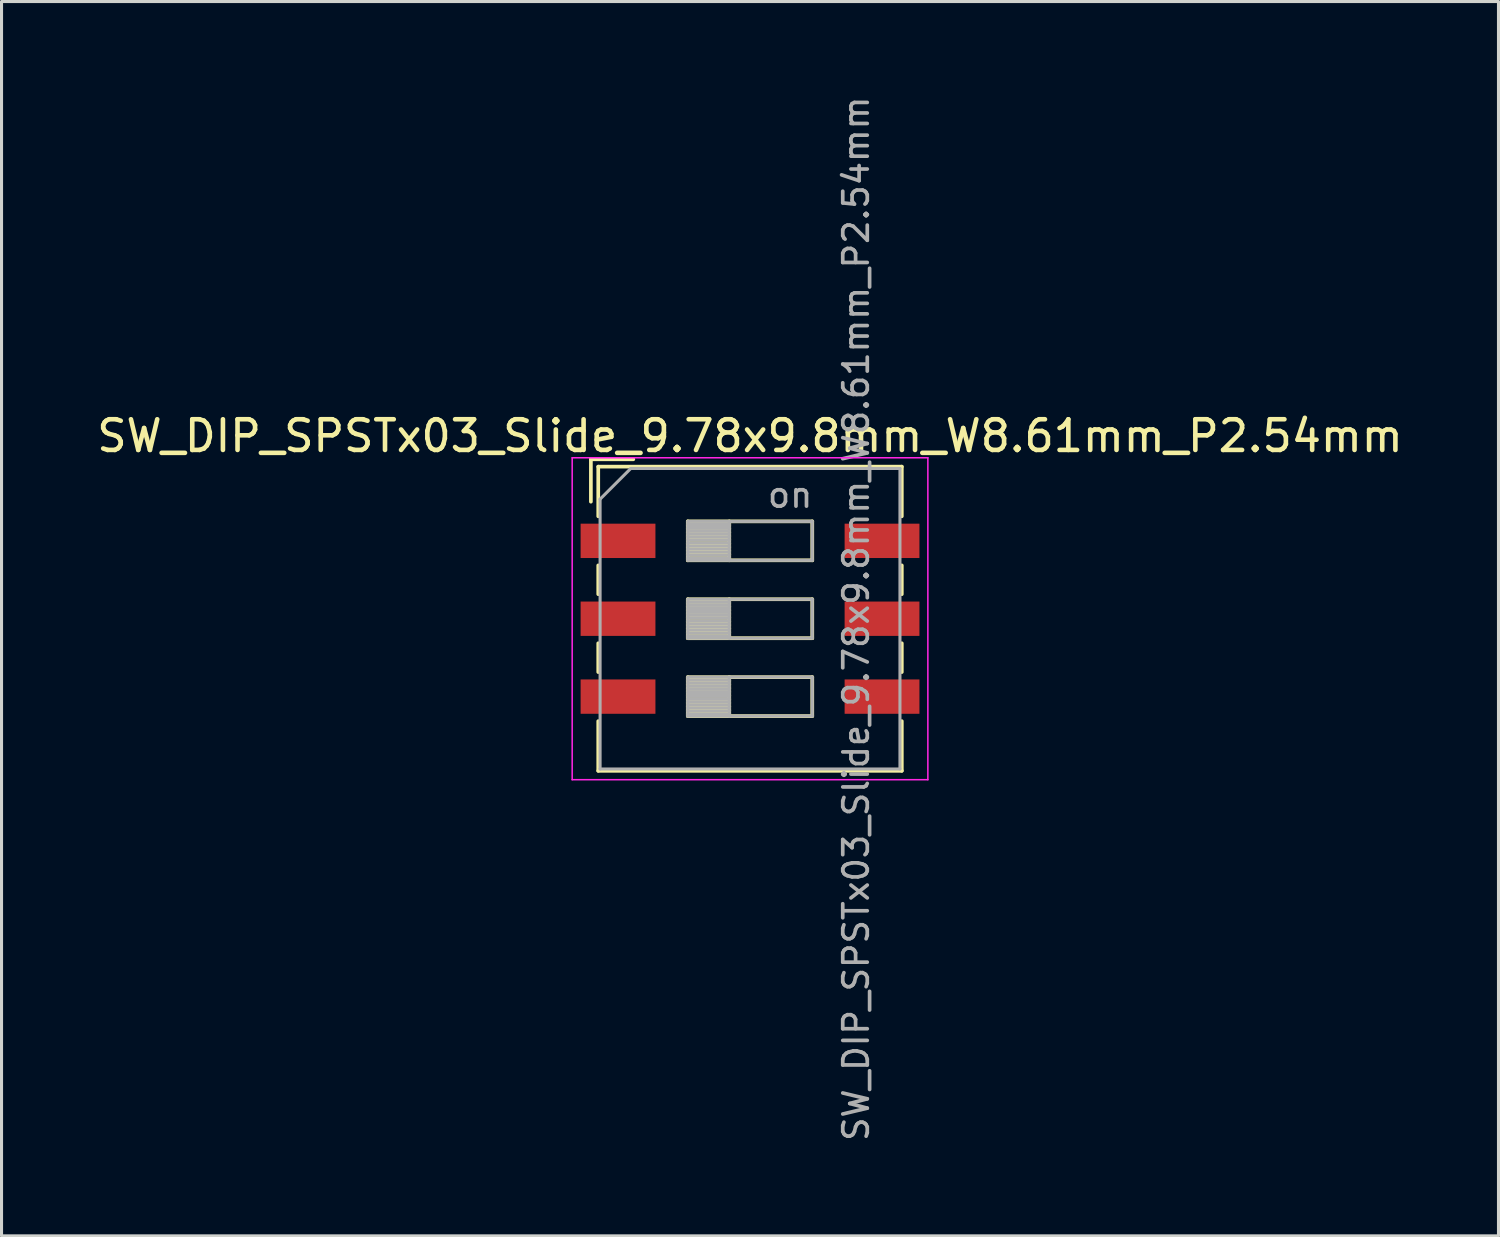
<source format=kicad_pcb>
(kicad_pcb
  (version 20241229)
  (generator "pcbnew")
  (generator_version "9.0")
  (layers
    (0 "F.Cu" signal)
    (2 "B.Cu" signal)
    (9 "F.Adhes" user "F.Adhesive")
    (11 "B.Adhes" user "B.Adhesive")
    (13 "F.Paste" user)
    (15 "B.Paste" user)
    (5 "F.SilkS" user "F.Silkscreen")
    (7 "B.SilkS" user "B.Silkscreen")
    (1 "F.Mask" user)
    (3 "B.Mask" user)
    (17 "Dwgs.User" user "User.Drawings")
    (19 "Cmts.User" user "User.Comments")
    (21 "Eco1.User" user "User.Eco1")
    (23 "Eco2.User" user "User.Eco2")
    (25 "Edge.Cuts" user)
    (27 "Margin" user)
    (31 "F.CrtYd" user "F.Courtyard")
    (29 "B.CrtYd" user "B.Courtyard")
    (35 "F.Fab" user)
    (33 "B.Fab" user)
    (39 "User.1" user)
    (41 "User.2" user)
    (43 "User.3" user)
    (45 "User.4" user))
  (footprint "SW_DIP_SPSTx03_Slide_9.78x9.8mm_W8.61mm_P2.54mm"
    (layer "F.Cu")
    (at 21.411 17.129)
    (property "Reference" "SW_DIP_SPSTx03_Slide_9.78x9.8mm_W8.61mm_P2.54mm" (at 0 -5.96 180) (layer "F.SilkS") (effects (font (size 1 1) (thickness 0.15))))
    (attr smd)
    (fp_line (start -5.19 -5.2) (end -5.19 -3.817) (stroke (width 0.12) (type solid)) (layer "F.SilkS"))
    (fp_line (start -5.19 -5.2) (end -3.806 -5.2) (stroke (width 0.12) (type solid)) (layer "F.SilkS"))
    (fp_line (start -4.95 -4.96) (end -4.95 -3.34) (stroke (width 0.12) (type solid)) (layer "F.SilkS"))
    (fp_line (start -4.95 -4.96) (end 4.95 -4.96) (stroke (width 0.12) (type solid)) (layer "F.SilkS"))
    (fp_line (start -4.95 -1.74) (end -4.95 -0.8) (stroke (width 0.12) (type solid)) (layer "F.SilkS"))
    (fp_line (start -4.95 0.8) (end -4.95 1.74) (stroke (width 0.12) (type solid)) (layer "F.SilkS"))
    (fp_line (start -4.95 3.34) (end -4.95 4.96) (stroke (width 0.12) (type solid)) (layer "F.SilkS"))
    (fp_line (start -4.95 4.96) (end 4.95 4.96) (stroke (width 0.12) (type solid)) (layer "F.SilkS"))
    (fp_line (start -2.03 -3.175) (end -2.03 -1.905) (stroke (width 0.12) (type solid)) (layer "F.SilkS"))
    (fp_line (start -2.03 -3.055) (end -0.677 -3.055) (stroke (width 0.12) (type solid)) (layer "F.SilkS"))
    (fp_line (start -2.03 -2.935) (end -0.677 -2.935) (stroke (width 0.12) (type solid)) (layer "F.SilkS"))
    (fp_line (start -2.03 -2.815) (end -0.677 -2.815) (stroke (width 0.12) (type solid)) (layer "F.SilkS"))
    (fp_line (start -2.03 -2.695) (end -0.677 -2.695) (stroke (width 0.12) (type solid)) (layer "F.SilkS"))
    (fp_line (start -2.03 -2.575) (end -0.677 -2.575) (stroke (width 0.12) (type solid)) (layer "F.SilkS"))
    (fp_line (start -2.03 -2.455) (end -0.677 -2.455) (stroke (width 0.12) (type solid)) (layer "F.SilkS"))
    (fp_line (start -2.03 -2.335) (end -0.677 -2.335) (stroke (width 0.12) (type solid)) (layer "F.SilkS"))
    (fp_line (start -2.03 -2.215) (end -0.677 -2.215) (stroke (width 0.12) (type solid)) (layer "F.SilkS"))
    (fp_line (start -2.03 -2.095) (end -0.677 -2.095) (stroke (width 0.12) (type solid)) (layer "F.SilkS"))
    (fp_line (start -2.03 -1.975) (end -0.677 -1.975) (stroke (width 0.12) (type solid)) (layer "F.SilkS"))
    (fp_line (start -2.03 -1.905) (end 2.03 -1.905) (stroke (width 0.12) (type solid)) (layer "F.SilkS"))
    (fp_line (start -2.03 -0.635) (end -2.03 0.635) (stroke (width 0.12) (type solid)) (layer "F.SilkS"))
    (fp_line (start -2.03 -0.515) (end -0.677 -0.515) (stroke (width 0.12) (type solid)) (layer "F.SilkS"))
    (fp_line (start -2.03 -0.395) (end -0.677 -0.395) (stroke (width 0.12) (type solid)) (layer "F.SilkS"))
    (fp_line (start -2.03 -0.275) (end -0.677 -0.275) (stroke (width 0.12) (type solid)) (layer "F.SilkS"))
    (fp_line (start -2.03 -0.155) (end -0.677 -0.155) (stroke (width 0.12) (type solid)) (layer "F.SilkS"))
    (fp_line (start -2.03 -0.035) (end -0.677 -0.035) (stroke (width 0.12) (type solid)) (layer "F.SilkS"))
    (fp_line (start -2.03 0.085) (end -0.677 0.085) (stroke (width 0.12) (type solid)) (layer "F.SilkS"))
    (fp_line (start -2.03 0.205) (end -0.677 0.205) (stroke (width 0.12) (type solid)) (layer "F.SilkS"))
    (fp_line (start -2.03 0.325) (end -0.677 0.325) (stroke (width 0.12) (type solid)) (layer "F.SilkS"))
    (fp_line (start -2.03 0.445) (end -0.677 0.445) (stroke (width 0.12) (type solid)) (layer "F.SilkS"))
    (fp_line (start -2.03 0.565) (end -0.677 0.565) (stroke (width 0.12) (type solid)) (layer "F.SilkS"))
    (fp_line (start -2.03 0.635) (end 2.03 0.635) (stroke (width 0.12) (type solid)) (layer "F.SilkS"))
    (fp_line (start -2.03 1.905) (end -2.03 3.175) (stroke (width 0.12) (type solid)) (layer "F.SilkS"))
    (fp_line (start -2.03 2.025) (end -0.677 2.025) (stroke (width 0.12) (type solid)) (layer "F.SilkS"))
    (fp_line (start -2.03 2.145) (end -0.677 2.145) (stroke (width 0.12) (type solid)) (layer "F.SilkS"))
    (fp_line (start -2.03 2.265) (end -0.677 2.265) (stroke (width 0.12) (type solid)) (layer "F.SilkS"))
    (fp_line (start -2.03 2.385) (end -0.677 2.385) (stroke (width 0.12) (type solid)) (layer "F.SilkS"))
    (fp_line (start -2.03 2.505) (end -0.677 2.505) (stroke (width 0.12) (type solid)) (layer "F.SilkS"))
    (fp_line (start -2.03 2.625) (end -0.677 2.625) (stroke (width 0.12) (type solid)) (layer "F.SilkS"))
    (fp_line (start -2.03 2.745) (end -0.677 2.745) (stroke (width 0.12) (type solid)) (layer "F.SilkS"))
    (fp_line (start -2.03 2.865) (end -0.677 2.865) (stroke (width 0.12) (type solid)) (layer "F.SilkS"))
    (fp_line (start -2.03 2.985) (end -0.677 2.985) (stroke (width 0.12) (type solid)) (layer "F.SilkS"))
    (fp_line (start -2.03 3.105) (end -0.677 3.105) (stroke (width 0.12) (type solid)) (layer "F.SilkS"))
    (fp_line (start -2.03 3.175) (end 2.03 3.175) (stroke (width 0.12) (type solid)) (layer "F.SilkS"))
    (fp_line (start -0.677 -3.175) (end -0.677 -1.905) (stroke (width 0.12) (type solid)) (layer "F.SilkS"))
    (fp_line (start -0.677 -0.635) (end -0.677 0.635) (stroke (width 0.12) (type solid)) (layer "F.SilkS"))
    (fp_line (start -0.677 1.905) (end -0.677 3.175) (stroke (width 0.12) (type solid)) (layer "F.SilkS"))
    (fp_line (start 2.03 -3.175) (end -2.03 -3.175) (stroke (width 0.12) (type solid)) (layer "F.SilkS"))
    (fp_line (start 2.03 -1.905) (end 2.03 -3.175) (stroke (width 0.12) (type solid)) (layer "F.SilkS"))
    (fp_line (start 2.03 -0.635) (end -2.03 -0.635) (stroke (width 0.12) (type solid)) (layer "F.SilkS"))
    (fp_line (start 2.03 0.635) (end 2.03 -0.635) (stroke (width 0.12) (type solid)) (layer "F.SilkS"))
    (fp_line (start 2.03 1.905) (end -2.03 1.905) (stroke (width 0.12) (type solid)) (layer "F.SilkS"))
    (fp_line (start 2.03 3.175) (end 2.03 1.905) (stroke (width 0.12) (type solid)) (layer "F.SilkS"))
    (fp_line (start 4.95 -4.96) (end 4.95 -3.34) (stroke (width 0.12) (type solid)) (layer "F.SilkS"))
    (fp_line (start 4.95 -1.74) (end 4.95 -0.8) (stroke (width 0.12) (type solid)) (layer "F.SilkS"))
    (fp_line (start 4.95 0.8) (end 4.95 1.74) (stroke (width 0.12) (type solid)) (layer "F.SilkS"))
    (fp_line (start 4.95 3.34) (end 4.95 4.96) (stroke (width 0.12) (type solid)) (layer "F.SilkS"))
    (fp_line (start -5.8 -5.25) (end -5.8 5.25) (stroke (width 0.05) (type solid)) (layer "F.CrtYd"))
    (fp_line (start -5.8 5.25) (end 5.8 5.25) (stroke (width 0.05) (type solid)) (layer "F.CrtYd"))
    (fp_line (start 5.8 -5.25) (end -5.8 -5.25) (stroke (width 0.05) (type solid)) (layer "F.CrtYd"))
    (fp_line (start 5.8 5.25) (end 5.8 -5.25) (stroke (width 0.05) (type solid)) (layer "F.CrtYd"))
    (fp_line (start -4.89 -3.9) (end -3.89 -4.9) (stroke (width 0.1) (type solid)) (layer "F.Fab"))
    (fp_line (start -4.89 4.9) (end -4.89 -3.9) (stroke (width 0.1) (type solid)) (layer "F.Fab"))
    (fp_line (start -3.89 -4.9) (end 4.89 -4.9) (stroke (width 0.1) (type solid)) (layer "F.Fab"))
    (fp_line (start -2.03 -3.175) (end -2.03 -1.905) (stroke (width 0.1) (type solid)) (layer "F.Fab"))
    (fp_line (start -2.03 -3.075) (end -0.677 -3.075) (stroke (width 0.1) (type solid)) (layer "F.Fab"))
    (fp_line (start -2.03 -2.975) (end -0.677 -2.975) (stroke (width 0.1) (type solid)) (layer "F.Fab"))
    (fp_line (start -2.03 -2.875) (end -0.677 -2.875) (stroke (width 0.1) (type solid)) (layer "F.Fab"))
    (fp_line (start -2.03 -2.775) (end -0.677 -2.775) (stroke (width 0.1) (type solid)) (layer "F.Fab"))
    (fp_line (start -2.03 -2.675) (end -0.677 -2.675) (stroke (width 0.1) (type solid)) (layer "F.Fab"))
    (fp_line (start -2.03 -2.575) (end -0.677 -2.575) (stroke (width 0.1) (type solid)) (layer "F.Fab"))
    (fp_line (start -2.03 -2.475) (end -0.677 -2.475) (stroke (width 0.1) (type solid)) (layer "F.Fab"))
    (fp_line (start -2.03 -2.375) (end -0.677 -2.375) (stroke (width 0.1) (type solid)) (layer "F.Fab"))
    (fp_line (start -2.03 -2.275) (end -0.677 -2.275) (stroke (width 0.1) (type solid)) (layer "F.Fab"))
    (fp_line (start -2.03 -2.175) (end -0.677 -2.175) (stroke (width 0.1) (type solid)) (layer "F.Fab"))
    (fp_line (start -2.03 -2.075) (end -0.677 -2.075) (stroke (width 0.1) (type solid)) (layer "F.Fab"))
    (fp_line (start -2.03 -1.975) (end -0.677 -1.975) (stroke (width 0.1) (type solid)) (layer "F.Fab"))
    (fp_line (start -2.03 -1.905) (end 2.03 -1.905) (stroke (width 0.1) (type solid)) (layer "F.Fab"))
    (fp_line (start -2.03 -0.635) (end -2.03 0.635) (stroke (width 0.1) (type solid)) (layer "F.Fab"))
    (fp_line (start -2.03 -0.535) (end -0.677 -0.535) (stroke (width 0.1) (type solid)) (layer "F.Fab"))
    (fp_line (start -2.03 -0.435) (end -0.677 -0.435) (stroke (width 0.1) (type solid)) (layer "F.Fab"))
    (fp_line (start -2.03 -0.335) (end -0.677 -0.335) (stroke (width 0.1) (type solid)) (layer "F.Fab"))
    (fp_line (start -2.03 -0.235) (end -0.677 -0.235) (stroke (width 0.1) (type solid)) (layer "F.Fab"))
    (fp_line (start -2.03 -0.135) (end -0.677 -0.135) (stroke (width 0.1) (type solid)) (layer "F.Fab"))
    (fp_line (start -2.03 -0.035) (end -0.677 -0.035) (stroke (width 0.1) (type solid)) (layer "F.Fab"))
    (fp_line (start -2.03 0.065) (end -0.677 0.065) (stroke (width 0.1) (type solid)) (layer "F.Fab"))
    (fp_line (start -2.03 0.165) (end -0.677 0.165) (stroke (width 0.1) (type solid)) (layer "F.Fab"))
    (fp_line (start -2.03 0.265) (end -0.677 0.265) (stroke (width 0.1) (type solid)) (layer "F.Fab"))
    (fp_line (start -2.03 0.365) (end -0.677 0.365) (stroke (width 0.1) (type solid)) (layer "F.Fab"))
    (fp_line (start -2.03 0.465) (end -0.677 0.465) (stroke (width 0.1) (type solid)) (layer "F.Fab"))
    (fp_line (start -2.03 0.565) (end -0.677 0.565) (stroke (width 0.1) (type solid)) (layer "F.Fab"))
    (fp_line (start -2.03 0.635) (end 2.03 0.635) (stroke (width 0.1) (type solid)) (layer "F.Fab"))
    (fp_line (start -2.03 1.905) (end -2.03 3.175) (stroke (width 0.1) (type solid)) (layer "F.Fab"))
    (fp_line (start -2.03 2.005) (end -0.677 2.005) (stroke (width 0.1) (type solid)) (layer "F.Fab"))
    (fp_line (start -2.03 2.105) (end -0.677 2.105) (stroke (width 0.1) (type solid)) (layer "F.Fab"))
    (fp_line (start -2.03 2.205) (end -0.677 2.205) (stroke (width 0.1) (type solid)) (layer "F.Fab"))
    (fp_line (start -2.03 2.305) (end -0.677 2.305) (stroke (width 0.1) (type solid)) (layer "F.Fab"))
    (fp_line (start -2.03 2.405) (end -0.677 2.405) (stroke (width 0.1) (type solid)) (layer "F.Fab"))
    (fp_line (start -2.03 2.505) (end -0.677 2.505) (stroke (width 0.1) (type solid)) (layer "F.Fab"))
    (fp_line (start -2.03 2.605) (end -0.677 2.605) (stroke (width 0.1) (type solid)) (layer "F.Fab"))
    (fp_line (start -2.03 2.705) (end -0.677 2.705) (stroke (width 0.1) (type solid)) (layer "F.Fab"))
    (fp_line (start -2.03 2.805) (end -0.677 2.805) (stroke (width 0.1) (type solid)) (layer "F.Fab"))
    (fp_line (start -2.03 2.905) (end -0.677 2.905) (stroke (width 0.1) (type solid)) (layer "F.Fab"))
    (fp_line (start -2.03 3.005) (end -0.677 3.005) (stroke (width 0.1) (type solid)) (layer "F.Fab"))
    (fp_line (start -2.03 3.105) (end -0.677 3.105) (stroke (width 0.1) (type solid)) (layer "F.Fab"))
    (fp_line (start -2.03 3.175) (end 2.03 3.175) (stroke (width 0.1) (type solid)) (layer "F.Fab"))
    (fp_line (start -0.677 -3.175) (end -0.677 -1.905) (stroke (width 0.1) (type solid)) (layer "F.Fab"))
    (fp_line (start -0.677 -0.635) (end -0.677 0.635) (stroke (width 0.1) (type solid)) (layer "F.Fab"))
    (fp_line (start -0.677 1.905) (end -0.677 3.175) (stroke (width 0.1) (type solid)) (layer "F.Fab"))
    (fp_line (start 2.03 -3.175) (end -2.03 -3.175) (stroke (width 0.1) (type solid)) (layer "F.Fab"))
    (fp_line (start 2.03 -1.905) (end 2.03 -3.175) (stroke (width 0.1) (type solid)) (layer "F.Fab"))
    (fp_line (start 2.03 -0.635) (end -2.03 -0.635) (stroke (width 0.1) (type solid)) (layer "F.Fab"))
    (fp_line (start 2.03 0.635) (end 2.03 -0.635) (stroke (width 0.1) (type solid)) (layer "F.Fab"))
    (fp_line (start 2.03 1.905) (end -2.03 1.905) (stroke (width 0.1) (type solid)) (layer "F.Fab"))
    (fp_line (start 2.03 3.175) (end 2.03 1.905) (stroke (width 0.1) (type solid)) (layer "F.Fab"))
    (fp_line (start 4.89 -4.9) (end 4.89 4.9) (stroke (width 0.1) (type solid)) (layer "F.Fab"))
    (fp_line (start 4.89 4.9) (end -4.89 4.9) (stroke (width 0.1) (type solid)) (layer "F.Fab"))
    (fp_text user "${REFERENCE}" (at 3.46 0 270) (layer "F.Fab") (effects (font (size 0.8 0.8) (thickness 0.12))))
    (fp_text user "on" (at 1.308 -4.037 180) (layer "F.Fab") (effects (font (size 0.8 0.8) (thickness 0.12))))
    (pad "1" smd rect (at -4.305 -2.54) (size 2.44 1.12) (layers "F.Cu" "F.Mask" "F.Paste"))
    (pad "2" smd rect (at -4.305 0) (size 2.44 1.12) (layers "F.Cu" "F.Mask" "F.Paste"))
    (pad "3" smd rect (at -4.305 2.54) (size 2.44 1.12) (layers "F.Cu" "F.Mask" "F.Paste"))
    (pad "4" smd rect (at 4.305 2.54) (size 2.44 1.12) (layers "F.Cu" "F.Mask" "F.Paste"))
    (pad "5" smd rect (at 4.305 0) (size 2.44 1.12) (layers "F.Cu" "F.Mask" "F.Paste"))
    (pad "6" smd rect (at 4.305 -2.54) (size 2.44 1.12) (layers "F.Cu" "F.Mask" "F.Paste")))
  (gr_rect
    (start -3 -3)
    (end 45.821 37.257)
    (stroke (width 0.1) (type default))
    (fill no)
    (layer "Edge.Cuts")))
</source>
